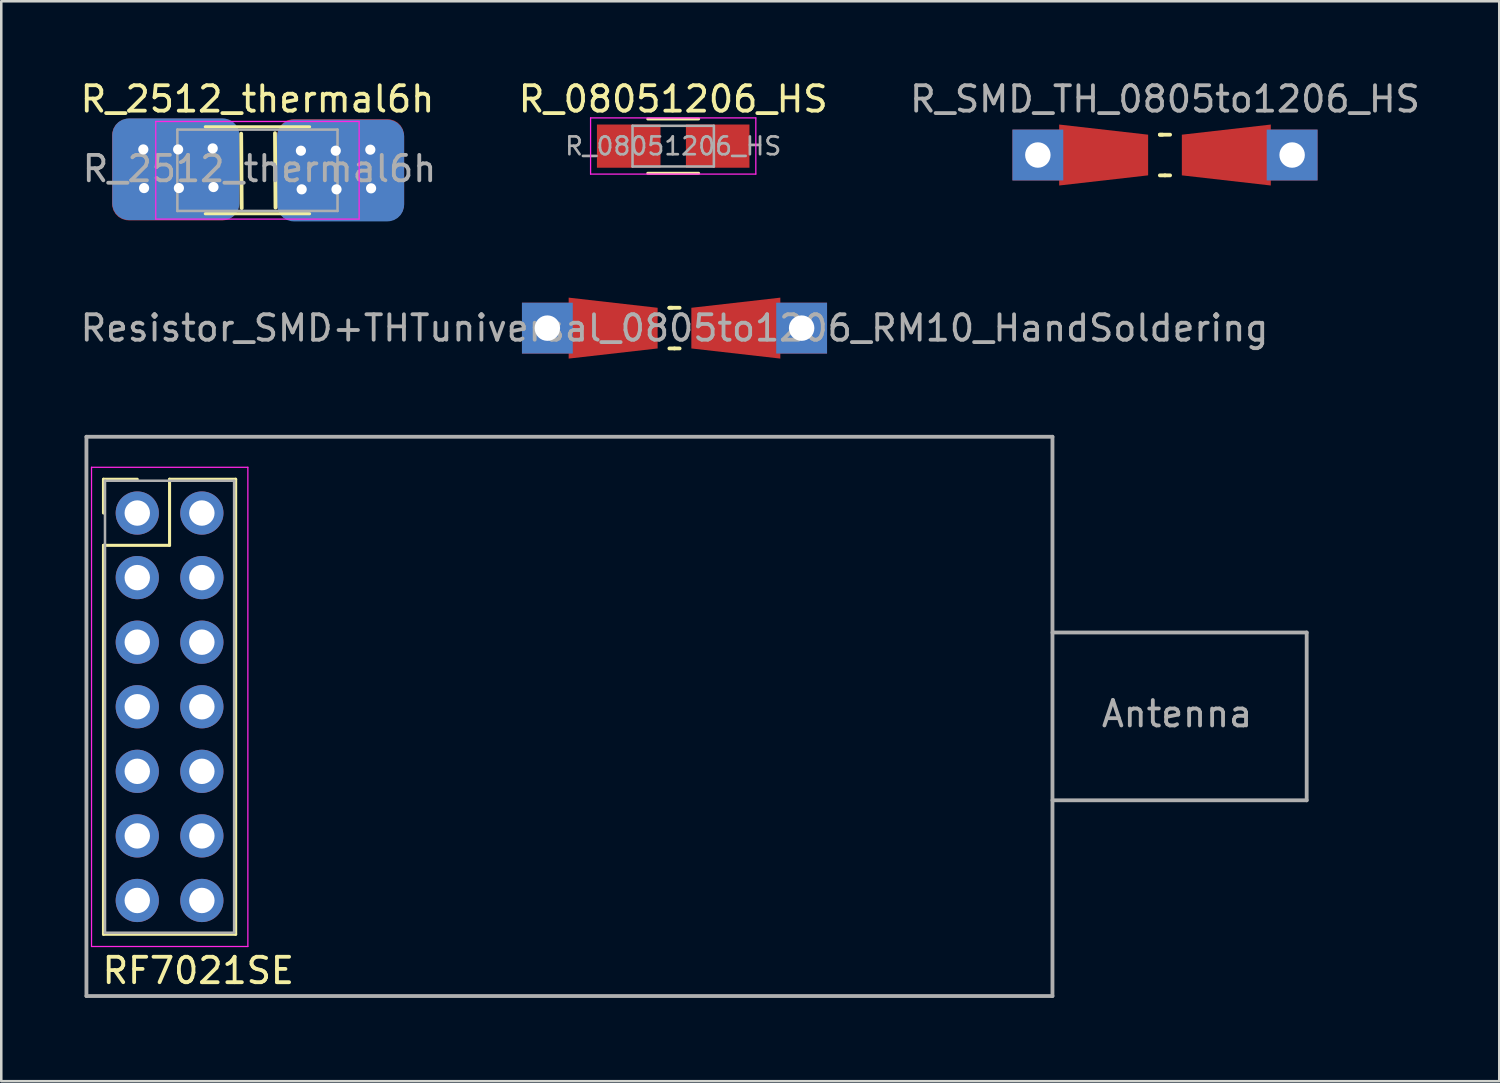
<source format=kicad_pcb>
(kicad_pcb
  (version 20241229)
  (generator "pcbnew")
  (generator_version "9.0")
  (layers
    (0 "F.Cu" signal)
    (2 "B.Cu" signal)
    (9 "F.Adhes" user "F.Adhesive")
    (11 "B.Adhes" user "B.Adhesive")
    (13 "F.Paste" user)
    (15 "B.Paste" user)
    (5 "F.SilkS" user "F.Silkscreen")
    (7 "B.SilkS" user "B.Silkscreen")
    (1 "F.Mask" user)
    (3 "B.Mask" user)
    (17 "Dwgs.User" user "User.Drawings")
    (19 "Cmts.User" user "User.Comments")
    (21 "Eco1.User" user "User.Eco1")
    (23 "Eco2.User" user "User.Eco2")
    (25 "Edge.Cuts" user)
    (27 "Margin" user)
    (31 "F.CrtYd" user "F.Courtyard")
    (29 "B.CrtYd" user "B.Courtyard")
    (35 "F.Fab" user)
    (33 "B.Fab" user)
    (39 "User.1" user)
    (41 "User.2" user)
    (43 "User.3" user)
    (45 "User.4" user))
  (footprint "R_SMD_TH_0805to1206_HS"
    (layer "F.Cu")
    (at 42.776 3.048)
    (property "Reference" "R_SMD_TH_0805to1206_HS" (at 0 -2.2 0) (layer "F.Fab") (effects (font (size 1 1) (thickness 0.15))))
    (attr through_hole)
    (fp_line (start -0.201 -0.8) (end 0.201 -0.8) (stroke (width 0.15) (type solid)) (layer "F.SilkS"))
    (fp_line (start -0.099 -0.8) (end -0.201 -0.8) (stroke (width 0.15) (type solid)) (layer "F.SilkS"))
    (fp_line (start 0 0.8) (end -0.201 0.8) (stroke (width 0.15) (type solid)) (layer "F.SilkS"))
    (fp_line (start 0 0.8) (end 0.201 0.8) (stroke (width 0.15) (type solid)) (layer "F.SilkS"))
    (pad "1" thru_hole rect (at -5.001 0 180) (size 1.999 1.999) (drill 1.001) (layers "*.Cu" "*.Mask"))
    (pad "1" smd trapezoid (at -2.413 0) (size 3.5 1.999) (rect_delta 0.399 0) (layers "F.Cu" "F.Mask" "F.Paste"))
    (pad "2" smd trapezoid (at 2.413 0 180) (size 3.5 1.999) (rect_delta 0.399 0) (layers "F.Cu" "F.Mask" "F.Paste"))
    (pad "2" thru_hole rect (at 5.001 0 180) (size 1.999 1.999) (drill 1.001) (layers "*.Cu" "*.Mask")))
  (footprint "RF7021SE"
    (layer "F.Cu")
    (at 0.25 36.231)
    (property "Reference" "RF7021SE" (at 4.5 -1.1 180) (layer "F.SilkS") (effects (font (size 1 1) (thickness 0.15))))
    (attr through_hole)
    (fp_line (start 0.77 -20.43) (end 2.1 -20.43) (stroke (width 0.12) (type solid)) (layer "F.SilkS"))
    (fp_line (start 0.77 -19.1) (end 0.77 -20.43) (stroke (width 0.12) (type solid)) (layer "F.SilkS"))
    (fp_line (start 0.77 -17.83) (end 0.77 -2.53) (stroke (width 0.12) (type solid)) (layer "F.SilkS"))
    (fp_line (start 0.77 -2.53) (end 5.97 -2.53) (stroke (width 0.12) (type solid)) (layer "F.SilkS"))
    (fp_line (start 3.37 -20.43) (end 3.37 -17.83) (stroke (width 0.12) (type solid)) (layer "F.SilkS"))
    (fp_line (start 3.37 -17.83) (end 0.77 -17.83) (stroke (width 0.12) (type solid)) (layer "F.SilkS"))
    (fp_line (start 5.97 -20.43) (end 3.37 -20.43) (stroke (width 0.12) (type solid)) (layer "F.SilkS"))
    (fp_line (start 5.97 -2.53) (end 5.97 -20.43) (stroke (width 0.12) (type solid)) (layer "F.SilkS"))
    (fp_line (start 0.3 -20.9) (end 0.3 -2.05) (stroke (width 0.05) (type solid)) (layer "F.CrtYd"))
    (fp_line (start 0.3 -2.05) (end 6.45 -2.05) (stroke (width 0.05) (type solid)) (layer "F.CrtYd"))
    (fp_line (start 6.45 -20.9) (end 0.3 -20.9) (stroke (width 0.05) (type solid)) (layer "F.CrtYd"))
    (fp_line (start 6.45 -2.05) (end 6.45 -20.9) (stroke (width 0.05) (type solid)) (layer "F.CrtYd"))
    (fp_line (start 0.1 -22.1) (end 0.1 -0.1) (stroke (width 0.15) (type solid)) (layer "F.Fab"))
    (fp_line (start 0.1 -0.1) (end 38.1 -0.1) (stroke (width 0.15) (type solid)) (layer "F.Fab"))
    (fp_line (start 0.83 -20.37) (end 0.83 -2.59) (stroke (width 0.1) (type solid)) (layer "F.Fab"))
    (fp_line (start 0.83 -2.59) (end 5.91 -2.59) (stroke (width 0.1) (type solid)) (layer "F.Fab"))
    (fp_line (start 5.91 -20.37) (end 0.83 -20.37) (stroke (width 0.1) (type solid)) (layer "F.Fab"))
    (fp_line (start 5.91 -2.59) (end 5.91 -20.37) (stroke (width 0.1) (type solid)) (layer "F.Fab"))
    (fp_line (start 38.1 -22.1) (end 0.1 -22.1) (stroke (width 0.15) (type solid)) (layer "F.Fab"))
    (fp_line (start 38.1 -14.4) (end 48.1 -14.4) (stroke (width 0.15) (type solid)) (layer "F.Fab"))
    (fp_line (start 38.1 -0.1) (end 38.1 -22.1) (stroke (width 0.15) (type solid)) (layer "F.Fab"))
    (fp_line (start 48.1 -14.4) (end 48.1 -7.8) (stroke (width 0.15) (type solid)) (layer "F.Fab"))
    (fp_line (start 48.1 -7.8) (end 38.1 -7.8) (stroke (width 0.15) (type solid)) (layer "F.Fab"))
    (fp_text user "Antenna" (at 43 -11.2 0) (layer "F.Fab") (effects (font (size 1 1) (thickness 0.15))))
    (pad "1" thru_hole oval (at 2.1 -19.1) (size 1.7 1.7) (drill 1) (layers "*.Cu" "*.Mask"))
    (pad "2" thru_hole oval (at 4.64 -19.1) (size 1.7 1.7) (drill 1) (layers "*.Cu" "*.Mask"))
    (pad "3" thru_hole oval (at 2.1 -16.56) (size 1.7 1.7) (drill 1) (layers "*.Cu" "*.Mask"))
    (pad "4" thru_hole oval (at 4.64 -16.56) (size 1.7 1.7) (drill 1) (layers "*.Cu" "*.Mask"))
    (pad "5" thru_hole oval (at 2.1 -14.02) (size 1.7 1.7) (drill 1) (layers "*.Cu" "*.Mask"))
    (pad "6" thru_hole oval (at 4.64 -14.02) (size 1.7 1.7) (drill 1) (layers "*.Cu" "*.Mask"))
    (pad "7" thru_hole oval (at 2.1 -11.48) (size 1.7 1.7) (drill 1) (layers "*.Cu" "*.Mask"))
    (pad "8" thru_hole oval (at 4.64 -11.48) (size 1.7 1.7) (drill 1) (layers "*.Cu" "*.Mask"))
    (pad "9" thru_hole oval (at 2.1 -8.94) (size 1.7 1.7) (drill 1) (layers "*.Cu" "*.Mask"))
    (pad "10" thru_hole oval (at 4.64 -8.94) (size 1.7 1.7) (drill 1) (layers "*.Cu" "*.Mask"))
    (pad "11" thru_hole oval (at 2.1 -6.4) (size 1.7 1.7) (drill 1) (layers "*.Cu" "*.Mask"))
    (pad "12" thru_hole oval (at 4.64 -6.4) (size 1.7 1.7) (drill 1) (layers "*.Cu" "*.Mask"))
    (pad "13" thru_hole oval (at 2.1 -3.86) (size 1.7 1.7) (drill 1) (layers "*.Cu" "*.Mask"))
    (pad "14" thru_hole oval (at 4.64 -3.86) (size 1.7 1.7) (drill 1) (layers "*.Cu" "*.Mask")))
  (footprint "Resistor_SMD+THTuniversal_0805to1206_RM10_HandSoldering"
    (layer "F.Cu")
    (at 23.482 9.857)
    (property "Reference" "Resistor_SMD+THTuniversal_0805to1206_RM10_HandSoldering" (at 0 0 0) (layer "F.Fab") (effects (font (size 1 1) (thickness 0.15))))
    (attr through_hole)
    (fp_line (start -0.201 -0.8) (end 0.201 -0.8) (stroke (width 0.15) (type solid)) (layer "F.SilkS"))
    (fp_line (start -0.099 -0.8) (end -0.201 -0.8) (stroke (width 0.15) (type solid)) (layer "F.SilkS"))
    (fp_line (start 0 0.8) (end -0.201 0.8) (stroke (width 0.15) (type solid)) (layer "F.SilkS"))
    (fp_line (start 0 0.8) (end 0.201 0.8) (stroke (width 0.15) (type solid)) (layer "F.SilkS"))
    (pad "1" thru_hole rect (at -5.001 0 180) (size 1.999 1.999) (drill 1.001) (layers "*.Cu" "*.Mask"))
    (pad "1" smd trapezoid (at -2.413 0) (size 3.5 1.999) (rect_delta 0.399 0) (layers "F.Cu" "F.Mask" "F.Paste"))
    (pad "2" smd trapezoid (at 2.413 0 180) (size 3.5 1.999) (rect_delta 0.399 0) (layers "F.Cu" "F.Mask" "F.Paste"))
    (pad "2" thru_hole rect (at 5.001 0 180) (size 1.999 1.999) (drill 1.001) (layers "*.Cu" "*.Mask")))
  (footprint "R_2512_thermal6h"
    (layer "F.Cu")
    (at 7.077 3.648)
    (property "Reference" "R_2512_thermal6h" (at 0 -2.8 180) (layer "F.SilkS") (effects (font (size 1 1) (thickness 0.15))))
    (attr smd)
    (fp_line (start -2.052 -1.71) (end 2.052 -1.71) (stroke (width 0.12) (type solid)) (layer "F.SilkS"))
    (fp_line (start -2.052 1.71) (end 2.052 1.71) (stroke (width 0.12) (type solid)) (layer "F.SilkS"))
    (fp_line (start -0.64 -1.44) (end -0.62 1.49) (stroke (width 0.15) (type solid)) (layer "F.SilkS"))
    (fp_line (start 0.69 -1.46) (end 0.71 1.47) (stroke (width 0.15) (type solid)) (layer "F.SilkS"))
    (fp_line (start -4 -1.92) (end 4 -1.92) (stroke (width 0.05) (type solid)) (layer "F.CrtYd"))
    (fp_line (start -4 1.92) (end -4 -1.92) (stroke (width 0.05) (type solid)) (layer "F.CrtYd"))
    (fp_line (start 4 -1.92) (end 4 1.92) (stroke (width 0.05) (type solid)) (layer "F.CrtYd"))
    (fp_line (start 4 1.92) (end -4 1.92) (stroke (width 0.05) (type solid)) (layer "F.CrtYd"))
    (fp_line (start -3.15 -1.6) (end 3.15 -1.6) (stroke (width 0.1) (type solid)) (layer "F.Fab"))
    (fp_line (start -3.15 1.6) (end -3.15 -1.6) (stroke (width 0.1) (type solid)) (layer "F.Fab"))
    (fp_line (start 3.15 -1.6) (end 3.15 1.6) (stroke (width 0.1) (type solid)) (layer "F.Fab"))
    (fp_line (start 3.15 1.6) (end -3.15 1.6) (stroke (width 0.1) (type solid)) (layer "F.Fab"))
    (fp_text user "${REFERENCE}" (at 0.08 -0.06 180) (layer "F.Fab") (effects (font (size 1 1) (thickness 0.15))))
    (pad "1" thru_hole circle (at -4.49 -0.82) (size 1 1) (drill 0.4) (layers "*.Cu"))
    (pad "1" thru_hole circle (at -4.46 0.7) (size 1 1) (drill 0.4) (layers "*.Cu"))
    (pad "1" smd roundrect (at -3.22 -0.03) (size 5 4) (layers "F.Cu" "F.Mask" "F.Paste") (roundrect_rratio 0.164))
    (pad "1" smd roundrect (at -3.21 -0.04) (size 5 4) (layers "B.Cu" "B.Mask") (roundrect_rratio 0.164))
    (pad "1" thru_hole circle (at -3.12 -0.82) (size 1 1) (drill 0.4) (layers "*.Cu"))
    (pad "1" thru_hole circle (at -3.09 0.7) (size 1 1) (drill 0.4) (layers "*.Cu"))
    (pad "1" thru_hole circle (at -1.76 -0.86) (size 1 1) (drill 0.4) (layers "*.Cu"))
    (pad "1" thru_hole circle (at -1.73 0.66) (size 1 1) (drill 0.4) (layers "*.Cu"))
    (pad "2" thru_hole circle (at 1.71 -0.77) (size 1 1) (drill 0.4) (layers "*.Cu"))
    (pad "2" thru_hole circle (at 1.74 0.75) (size 1 1) (drill 0.4) (layers "*.Cu"))
    (pad "2" thru_hole circle (at 3.08 -0.77) (size 1 1) (drill 0.4) (layers "*.Cu"))
    (pad "2" thru_hole circle (at 3.11 0.75) (size 1 1) (drill 0.4) (layers "*.Cu"))
    (pad "2" smd roundrect (at 3.27 -0.01) (size 5 4) (layers "F.Cu" "F.Mask" "F.Paste") (roundrect_rratio 0.164))
    (pad "2" smd roundrect (at 3.27 0.01) (size 5 4) (layers "B.Cu" "B.Mask") (roundrect_rratio 0.164))
    (pad "2" thru_hole circle (at 4.44 -0.81) (size 1 1) (drill 0.4) (layers "*.Cu"))
    (pad "2" thru_hole circle (at 4.47 0.71) (size 1 1) (drill 0.4) (layers "*.Cu")))
  (footprint "R_08051206_HS"
    (layer "F.Cu")
    (at 23.431 2.698)
    (property "Reference" "R_08051206_HS" (at 0 -1.85 0) (layer "F.SilkS") (effects (font (size 1 1) (thickness 0.15))))
    (attr smd)
    (fp_line (start -1 -1.07) (end 1 -1.07) (stroke (width 0.12) (type solid)) (layer "F.SilkS"))
    (fp_line (start 1 1.07) (end -1 1.07) (stroke (width 0.12) (type solid)) (layer "F.SilkS"))
    (fp_line (start -3.25 -1.11) (end -3.25 1.1) (stroke (width 0.05) (type solid)) (layer "F.CrtYd"))
    (fp_line (start -3.25 -1.11) (end 3.25 -1.11) (stroke (width 0.05) (type solid)) (layer "F.CrtYd"))
    (fp_line (start 3.25 1.1) (end -3.25 1.1) (stroke (width 0.05) (type solid)) (layer "F.CrtYd"))
    (fp_line (start 3.25 1.1) (end 3.25 -1.11) (stroke (width 0.05) (type solid)) (layer "F.CrtYd"))
    (fp_line (start -1.6 -0.8) (end 1.6 -0.8) (stroke (width 0.1) (type solid)) (layer "F.Fab"))
    (fp_line (start -1.6 0.8) (end -1.6 -0.8) (stroke (width 0.1) (type solid)) (layer "F.Fab"))
    (fp_line (start 1.6 -0.8) (end 1.6 0.8) (stroke (width 0.1) (type solid)) (layer "F.Fab"))
    (fp_line (start 1.6 0.8) (end -1.6 0.8) (stroke (width 0.1) (type solid)) (layer "F.Fab"))
    (fp_text user "${REFERENCE}" (at 0 0 0) (layer "F.Fab") (effects (font (size 0.7 0.7) (thickness 0.105))))
    (pad "1" smd rect (at -1.75 0) (size 2.5 1.7) (layers "F.Cu" "F.Mask" "F.Paste"))
    (pad "2" smd rect (at 1.75 0) (size 2.5 1.7) (layers "F.Cu" "F.Mask" "F.Paste")))
  (gr_rect
    (start -3 -3)
    (end 55.925 39.481)
    (stroke (width 0.1) (type default))
    (fill no)
    (layer "Edge.Cuts")))
</source>
